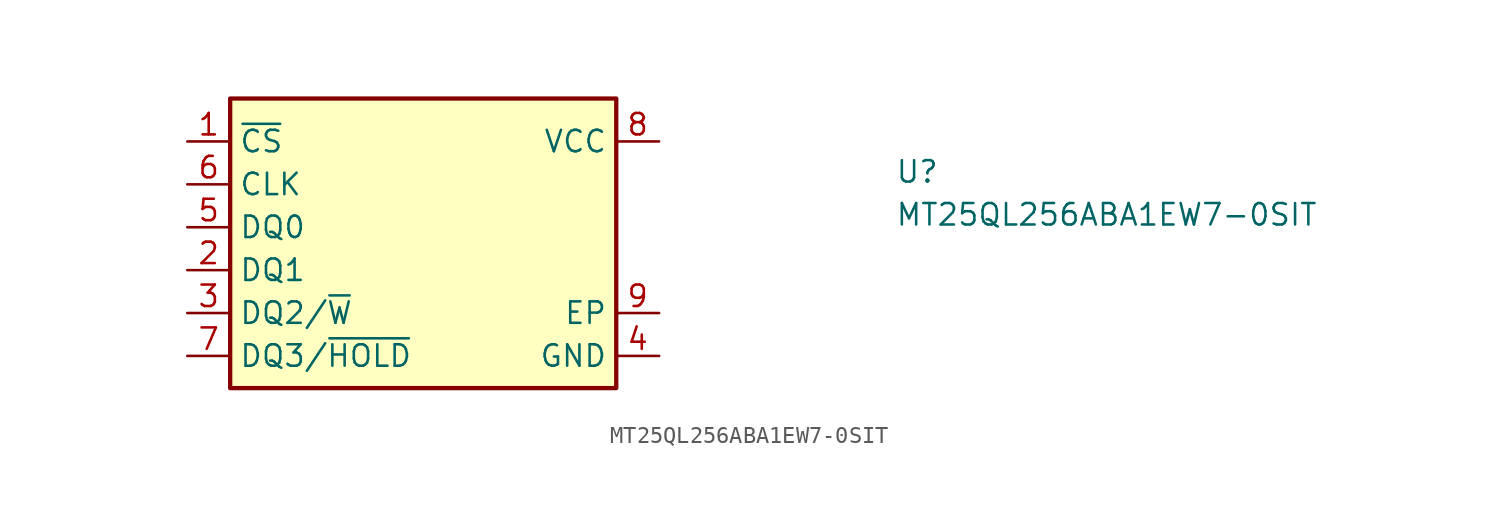
<source format=kicad_sym>
(kicad_symbol_lib
  (version 20211014)
  (generator kicad_symbol_editor)
  (symbol "MT25QL256ABA1EW7-0SIT"
    (property "Reference" "U"
      (at 41.91 -2.54 0)
      (effects (font (size 1.27 1.27) (thickness 0.15)) (justify left bottom)))
    (property "Value" "MT25QL256ABA1EW7-0SIT"
      (at 41.91 -5.08 0)
      (effects (font (size 1.27 1.27) (thickness 0.15)) (justify left bottom)))
    (symbol "MT25QL256ABA1EW7-0SIT_1_1"
      (rectangle (start 2.54 2.54) (end 25.4 -14.605) (stroke (width 0.254) (type default) (color 0 0 0 0)) (fill (type background)))
      (pin passive line (at 0 0 0) (length 2.54) (name "~{CS}" (effects (font (size 1.27 1.27)))) (number "1" (effects (font (size 1.27 1.27)))))
      (pin passive line (at 0 -7.62 0) (length 2.54) (name "DQ1" (effects (font (size 1.27 1.27)))) (number "2" (effects (font (size 1.27 1.27)))))
      (pin passive line (at 0 -10.16 0) (length 2.54) (name "DQ2/~{W}" (effects (font (size 1.27 1.27)))) (number "3" (effects (font (size 1.27 1.27)))))
      (pin passive line (at 27.94 -12.7 180) (length 2.54) (name "GND" (effects (font (size 1.27 1.27)))) (number "4" (effects (font (size 1.27 1.27)))))
      (pin passive line (at 0 -5.08 0) (length 2.54) (name "DQ0" (effects (font (size 1.27 1.27)))) (number "5" (effects (font (size 1.27 1.27)))))
      (pin passive line (at 0 -2.54 0) (length 2.54) (name "CLK" (effects (font (size 1.27 1.27)))) (number "6" (effects (font (size 1.27 1.27)))))
      (pin passive line (at 0 -12.7 0) (length 2.54) (name "DQ3/~{HOLD}" (effects (font (size 1.27 1.27)))) (number "7" (effects (font (size 1.27 1.27)))))
      (pin passive line (at 27.94 0 180) (length 2.54) (name "VCC" (effects (font (size 1.27 1.27)))) (number "8" (effects (font (size 1.27 1.27)))))
      (pin passive line (at 27.94 -10.16 180) (length 2.54) (name "EP" (effects (font (size 1.27 1.27)))) (number "9" (effects (font (size 1.27 1.27))))))))
</source>
